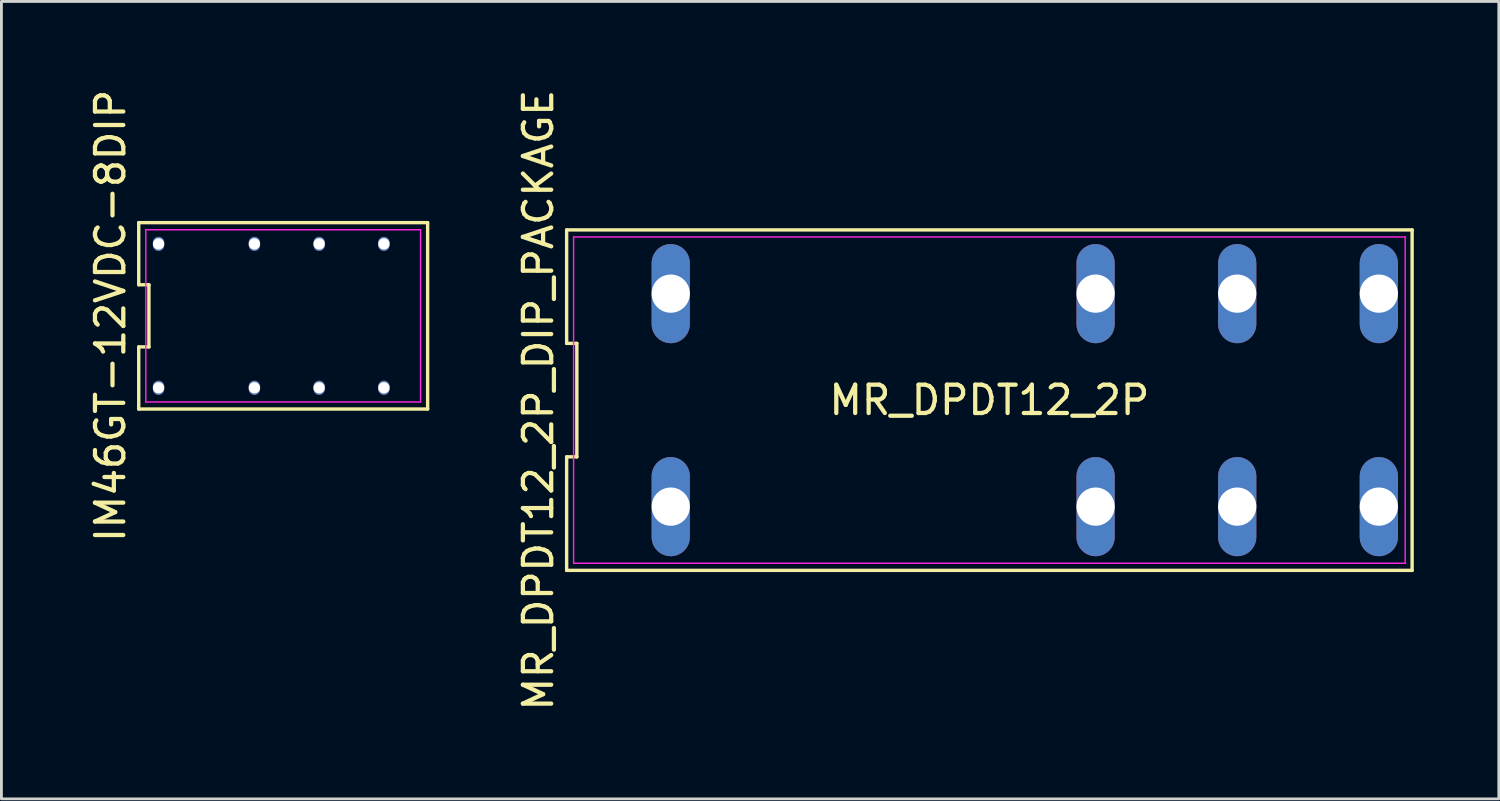
<source format=kicad_pcb>
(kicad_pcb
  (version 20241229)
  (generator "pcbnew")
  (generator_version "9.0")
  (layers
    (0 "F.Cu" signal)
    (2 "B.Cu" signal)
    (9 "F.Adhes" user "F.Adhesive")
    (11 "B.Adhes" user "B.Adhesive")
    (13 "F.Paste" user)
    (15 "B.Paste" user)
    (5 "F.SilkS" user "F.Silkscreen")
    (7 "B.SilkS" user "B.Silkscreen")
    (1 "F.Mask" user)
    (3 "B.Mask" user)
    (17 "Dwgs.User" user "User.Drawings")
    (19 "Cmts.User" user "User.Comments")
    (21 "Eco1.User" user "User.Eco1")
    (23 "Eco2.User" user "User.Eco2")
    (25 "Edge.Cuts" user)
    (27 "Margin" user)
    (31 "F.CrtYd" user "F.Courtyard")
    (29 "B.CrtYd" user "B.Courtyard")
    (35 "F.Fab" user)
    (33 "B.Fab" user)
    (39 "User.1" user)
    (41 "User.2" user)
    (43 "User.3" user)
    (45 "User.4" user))
  (footprint "MR_DPDT12_2P_DIP_PACKAGE"
    (layer "F.Cu")
    (at 31.881 11.077)
    (property "Reference" "MR_DPDT12_2P_DIP_PACKAGE" (at -15.925 0 90) (layer "F.SilkS") (effects (font (size 1 1) (thickness 0.15))))
    (fp_line (start -14.925 -6.01) (end -14.925 -2.003) (stroke (width 0.12) (type solid)) (layer "F.SilkS"))
    (fp_line (start -14.925 -2.003) (end -14.565 -2.003) (stroke (width 0.12) (type solid)) (layer "F.SilkS"))
    (fp_line (start -14.925 2.003) (end -14.925 6.01) (stroke (width 0.12) (type solid)) (layer "F.SilkS"))
    (fp_line (start -14.925 6.01) (end 14.925 6.01) (stroke (width 0.12) (type solid)) (layer "F.SilkS"))
    (fp_line (start -14.565 -2.003) (end -14.565 2.003) (stroke (width 0.12) (type solid)) (layer "F.SilkS"))
    (fp_line (start -14.565 2.003) (end -14.925 2.003) (stroke (width 0.12) (type solid)) (layer "F.SilkS"))
    (fp_line (start 14.925 -6.01) (end -14.925 -6.01) (stroke (width 0.12) (type solid)) (layer "F.SilkS"))
    (fp_line (start 14.925 6.01) (end 14.925 -6.01) (stroke (width 0.12) (type solid)) (layer "F.SilkS"))
    (fp_line (start -14.68 -5.76) (end 14.68 -5.76) (stroke (width 0.05) (type solid)) (layer "F.CrtYd"))
    (fp_line (start -14.68 5.76) (end -14.68 -5.76) (stroke (width 0.05) (type solid)) (layer "F.CrtYd"))
    (fp_line (start 14.68 -5.76) (end 14.68 5.76) (stroke (width 0.05) (type solid)) (layer "F.CrtYd"))
    (fp_line (start 14.68 5.76) (end -14.68 5.76) (stroke (width 0.05) (type solid)) (layer "F.CrtYd"))
    (fp_text user "MR_DPDT12_2P" (at 0 0 0) (unlocked yes) (layer "F.SilkS") (effects (font (size 1 1) (thickness 0.15))))
    (pad "11" thru_hole oval (at 8.75 3.76) (size 1.35 3.5) (drill 1.35) (layers "*.Cu" "*.Mask"))
    (pad "12" thru_hole oval (at 3.75 3.76) (size 1.35 3.5) (drill 1.35) (layers "*.Cu" "*.Mask"))
    (pad "14" thru_hole oval (at 13.75 3.76) (size 1.35 3.5) (drill 1.35) (layers "*.Cu" "*.Mask"))
    (pad "21" thru_hole oval (at 8.75 -3.76) (size 1.35 3.5) (drill 1.35) (layers "*.Cu" "*.Mask"))
    (pad "22" thru_hole oval (at 3.75 -3.76) (size 1.35 3.5) (drill 1.35) (layers "*.Cu" "*.Mask"))
    (pad "24" thru_hole oval (at 13.75 -3.76) (size 1.35 3.5) (drill 1.35) (layers "*.Cu" "*.Mask"))
    (pad "A1" thru_hole oval (at -11.25 3.76) (size 1.35 3.5) (drill 1.35) (layers "*.Cu" "*.Mask"))
    (pad "A2" thru_hole oval (at -11.25 -3.76) (size 1.35 3.5) (drill 1.35) (layers "*.Cu" "*.Mask")))
  (footprint "IM46GT-12VDC-8DIP"
    (layer "F.Cu")
    (at 6.948 8.101)
    (property "Reference" "IM46GT-12VDC-8DIP" (at -6.1 0 90) (layer "F.SilkS") (effects (font (size 1 1) (thickness 0.15))))
    (attr through_hole)
    (fp_line (start -5.1 -3.29) (end -5.1 -1.097) (stroke (width 0.12) (type solid)) (layer "F.SilkS"))
    (fp_line (start -5.1 -1.097) (end -4.74 -1.097) (stroke (width 0.12) (type solid)) (layer "F.SilkS"))
    (fp_line (start -5.1 1.097) (end -5.1 3.29) (stroke (width 0.12) (type solid)) (layer "F.SilkS"))
    (fp_line (start -5.1 3.29) (end 5.1 3.29) (stroke (width 0.12) (type solid)) (layer "F.SilkS"))
    (fp_line (start -4.74 -1.097) (end -4.74 1.097) (stroke (width 0.12) (type solid)) (layer "F.SilkS"))
    (fp_line (start -4.74 1.097) (end -5.1 1.097) (stroke (width 0.12) (type solid)) (layer "F.SilkS"))
    (fp_line (start 5.1 -3.29) (end -5.1 -3.29) (stroke (width 0.12) (type solid)) (layer "F.SilkS"))
    (fp_line (start 5.1 3.29) (end 5.1 -3.29) (stroke (width 0.12) (type solid)) (layer "F.SilkS"))
    (fp_line (start -4.85 -3.04) (end 4.85 -3.04) (stroke (width 0.05) (type solid)) (layer "F.CrtYd"))
    (fp_line (start -4.85 3.04) (end -4.85 -3.04) (stroke (width 0.05) (type solid)) (layer "F.CrtYd"))
    (fp_line (start 4.85 -3.04) (end 4.85 3.04) (stroke (width 0.05) (type solid)) (layer "F.CrtYd"))
    (fp_line (start 4.85 3.04) (end -4.85 3.04) (stroke (width 0.05) (type solid)) (layer "F.CrtYd"))
    (pad "11" thru_hole oval (at -1.016 2.54) (size 0.4 0.5) (drill 0.75) (layers "*.Cu" "*.Mask"))
    (pad "12" thru_hole oval (at 1.27 2.54) (size 0.4 0.5) (drill 0.75) (layers "*.Cu" "*.Mask"))
    (pad "14" thru_hole oval (at 3.556 2.54) (size 0.4 0.5) (drill 0.75) (layers "*.Cu" "*.Mask"))
    (pad "21" thru_hole oval (at -1.016 -2.54) (size 0.4 0.5) (drill 0.75) (layers "*.Cu" "*.Mask"))
    (pad "22" thru_hole oval (at 1.27 -2.54) (size 0.4 0.5) (drill 0.75) (layers "*.Cu" "*.Mask"))
    (pad "24" thru_hole oval (at 3.556 -2.54) (size 0.4 0.5) (drill 0.75) (layers "*.Cu" "*.Mask"))
    (pad "A1" thru_hole oval (at -4.4 2.54) (size 0.4 0.5) (drill 0.75) (layers "*.Cu" "*.Mask"))
    (pad "A2" thru_hole oval (at -4.4 -2.54) (size 0.4 0.5) (drill 0.75) (layers "*.Cu" "*.Mask")))
  (gr_rect
    (start -3 -3)
    (end 49.867 25.155)
    (stroke (width 0.1) (type default))
    (fill no)
    (layer "Edge.Cuts")))
</source>
